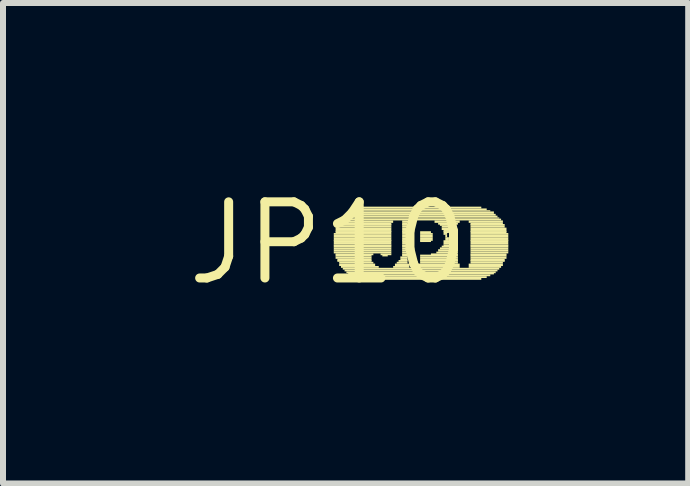
<source format=kicad_pcb>
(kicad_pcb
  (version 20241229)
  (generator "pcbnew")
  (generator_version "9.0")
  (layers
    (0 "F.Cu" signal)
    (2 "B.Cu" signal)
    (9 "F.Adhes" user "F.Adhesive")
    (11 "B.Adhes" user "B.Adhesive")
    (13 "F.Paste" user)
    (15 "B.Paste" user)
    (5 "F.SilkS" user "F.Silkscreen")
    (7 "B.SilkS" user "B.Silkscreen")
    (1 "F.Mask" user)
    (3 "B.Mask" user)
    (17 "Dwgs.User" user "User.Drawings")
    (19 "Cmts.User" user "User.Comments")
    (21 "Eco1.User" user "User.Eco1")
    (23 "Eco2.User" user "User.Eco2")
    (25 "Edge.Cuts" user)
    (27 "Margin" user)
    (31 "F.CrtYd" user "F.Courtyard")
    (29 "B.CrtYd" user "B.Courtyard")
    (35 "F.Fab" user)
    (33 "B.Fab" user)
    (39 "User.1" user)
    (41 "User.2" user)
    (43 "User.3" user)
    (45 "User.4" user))
  (footprint "JP10"
    (layer "F.Cu")
    (at 2.426 1.006)
    (property "Reference" "JP10" (at 0 0 0) (layer "F.SilkS") (effects (font (size 1.27 1.27) (thickness 0.15))))
    (fp_poly (pts (xy 0.09 -0.14) (xy 1.05 -0.14) (xy 1.05 -0.17) (xy 0.09 -0.17)) (stroke (width 0) (type solid)) (fill yes) (layer "F.SilkS"))
    (fp_poly (pts (xy 0.09 -0.1) (xy 1.05 -0.1) (xy 1.05 -0.14) (xy 0.09 -0.14)) (stroke (width 0) (type solid)) (fill yes) (layer "F.SilkS"))
    (fp_poly (pts (xy 0.09 -0.07) (xy 1.05 -0.07) (xy 1.05 -0.1) (xy 0.09 -0.1)) (stroke (width 0) (type solid)) (fill yes) (layer "F.SilkS"))
    (fp_poly (pts (xy 0.09 -0.04) (xy 1.05 -0.04) (xy 1.05 -0.07) (xy 0.09 -0.07)) (stroke (width 0) (type solid)) (fill yes) (layer "F.SilkS"))
    (fp_poly (pts (xy 0.09 -0.02) (xy 1.05 -0.02) (xy 1.05 -0.05) (xy 0.09 -0.05)) (stroke (width 0) (type solid)) (fill yes) (layer "F.SilkS"))
    (fp_poly (pts (xy 0.09 0.02) (xy 1.05 0.02) (xy 1.05 -0.02) (xy 0.09 -0.02)) (stroke (width 0) (type solid)) (fill yes) (layer "F.SilkS"))
    (fp_poly (pts (xy 0.09 0.05) (xy 1.05 0.05) (xy 1.05 0.02) (xy 0.09 0.02)) (stroke (width 0) (type solid)) (fill yes) (layer "F.SilkS"))
    (fp_poly (pts (xy 0.09 0.07) (xy 1.05 0.07) (xy 1.05 0.04) (xy 0.09 0.04)) (stroke (width 0) (type solid)) (fill yes) (layer "F.SilkS"))
    (fp_poly (pts (xy 0.09 0.1) (xy 1.05 0.1) (xy 1.05 0.07) (xy 0.09 0.07)) (stroke (width 0) (type solid)) (fill yes) (layer "F.SilkS"))
    (fp_poly (pts (xy 0.09 0.14) (xy 1.05 0.14) (xy 1.05 0.1) (xy 0.09 0.1)) (stroke (width 0) (type solid)) (fill yes) (layer "F.SilkS"))
    (fp_poly (pts (xy 0.09 0.17) (xy 1.05 0.17) (xy 1.05 0.14) (xy 0.09 0.14)) (stroke (width 0) (type solid)) (fill yes) (layer "F.SilkS"))
    (fp_poly (pts (xy 0.12 -0.22) (xy 1.05 -0.22) (xy 1.05 -0.26) (xy 0.12 -0.26)) (stroke (width 0) (type solid)) (fill yes) (layer "F.SilkS"))
    (fp_poly (pts (xy 0.12 -0.19) (xy 1.05 -0.19) (xy 1.05 -0.22) (xy 0.12 -0.22)) (stroke (width 0) (type solid)) (fill yes) (layer "F.SilkS"))
    (fp_poly (pts (xy 0.12 -0.17) (xy 1.05 -0.17) (xy 1.05 -0.2) (xy 0.12 -0.2)) (stroke (width 0) (type solid)) (fill yes) (layer "F.SilkS"))
    (fp_poly (pts (xy 0.12 0.2) (xy 0.75 0.2) (xy 0.75 0.17) (xy 0.12 0.17)) (stroke (width 0) (type solid)) (fill yes) (layer "F.SilkS"))
    (fp_poly (pts (xy 0.12 0.22) (xy 0.72 0.22) (xy 0.72 0.19) (xy 0.12 0.19)) (stroke (width 0) (type solid)) (fill yes) (layer "F.SilkS"))
    (fp_poly (pts (xy 0.12 0.26) (xy 0.72 0.26) (xy 0.72 0.22) (xy 0.12 0.22)) (stroke (width 0) (type solid)) (fill yes) (layer "F.SilkS"))
    (fp_poly (pts (xy 0.15 -0.29) (xy 1.05 -0.29) (xy 1.05 -0.32) (xy 0.15 -0.32)) (stroke (width 0) (type solid)) (fill yes) (layer "F.SilkS"))
    (fp_poly (pts (xy 0.15 -0.26) (xy 1.05 -0.26) (xy 1.05 -0.29) (xy 0.15 -0.29)) (stroke (width 0) (type solid)) (fill yes) (layer "F.SilkS"))
    (fp_poly (pts (xy 0.15 0.29) (xy 0.72 0.29) (xy 0.72 0.26) (xy 0.15 0.26)) (stroke (width 0) (type solid)) (fill yes) (layer "F.SilkS"))
    (fp_poly (pts (xy 0.15 0.31) (xy 0.72 0.31) (xy 0.72 0.28) (xy 0.15 0.28)) (stroke (width 0) (type solid)) (fill yes) (layer "F.SilkS"))
    (fp_poly (pts (xy 0.18 -0.34) (xy 1.08 -0.34) (xy 1.08 -0.38) (xy 0.18 -0.38)) (stroke (width 0) (type solid)) (fill yes) (layer "F.SilkS"))
    (fp_poly (pts (xy 0.18 -0.31) (xy 1.05 -0.31) (xy 1.05 -0.34) (xy 0.18 -0.34)) (stroke (width 0) (type solid)) (fill yes) (layer "F.SilkS"))
    (fp_poly (pts (xy 0.18 0.34) (xy 0.75 0.34) (xy 0.75 0.31) (xy 0.18 0.31)) (stroke (width 0) (type solid)) (fill yes) (layer "F.SilkS"))
    (fp_poly (pts (xy 0.18 0.38) (xy 0.78 0.38) (xy 0.78 0.34) (xy 0.18 0.34)) (stroke (width 0) (type solid)) (fill yes) (layer "F.SilkS"))
    (fp_poly (pts (xy 0.21 -0.38) (xy 2.88 -0.38) (xy 2.88 -0.41) (xy 0.21 -0.41)) (stroke (width 0) (type solid)) (fill yes) (layer "F.SilkS"))
    (fp_poly (pts (xy 0.21 0.41) (xy 0.84 0.41) (xy 0.84 0.38) (xy 0.21 0.38)) (stroke (width 0) (type solid)) (fill yes) (layer "F.SilkS"))
    (fp_poly (pts (xy 0.24 -0.41) (xy 2.85 -0.41) (xy 2.85 -0.43) (xy 0.24 -0.43)) (stroke (width 0) (type solid)) (fill yes) (layer "F.SilkS"))
    (fp_poly (pts (xy 0.24 0.44) (xy 2.85 0.44) (xy 2.85 0.41) (xy 0.24 0.41)) (stroke (width 0) (type solid)) (fill yes) (layer "F.SilkS"))
    (fp_poly (pts (xy 0.27 -0.43) (xy 2.82 -0.43) (xy 2.82 -0.46) (xy 0.27 -0.46)) (stroke (width 0) (type solid)) (fill yes) (layer "F.SilkS"))
    (fp_poly (pts (xy 0.27 0.47) (xy 2.82 0.47) (xy 2.82 0.44) (xy 0.27 0.44)) (stroke (width 0) (type solid)) (fill yes) (layer "F.SilkS"))
    (fp_poly (pts (xy 0.3 -0.46) (xy 2.79 -0.46) (xy 2.79 -0.49) (xy 0.3 -0.49)) (stroke (width 0) (type solid)) (fill yes) (layer "F.SilkS"))
    (fp_poly (pts (xy 0.3 0.5) (xy 2.79 0.5) (xy 2.79 0.47) (xy 0.3 0.47)) (stroke (width 0) (type solid)) (fill yes) (layer "F.SilkS"))
    (fp_poly (pts (xy 0.33 -0.49) (xy 2.76 -0.49) (xy 2.76 -0.53) (xy 0.33 -0.53)) (stroke (width 0) (type solid)) (fill yes) (layer "F.SilkS"))
    (fp_poly (pts (xy 0.33 0.52) (xy 2.76 0.52) (xy 2.76 0.49) (xy 0.33 0.49)) (stroke (width 0) (type solid)) (fill yes) (layer "F.SilkS"))
    (fp_poly (pts (xy 0.39 -0.53) (xy 2.7 -0.53) (xy 2.7 -0.55) (xy 0.39 -0.55)) (stroke (width 0) (type solid)) (fill yes) (layer "F.SilkS"))
    (fp_poly (pts (xy 0.39 0.55) (xy 2.7 0.55) (xy 2.7 0.52) (xy 0.39 0.52)) (stroke (width 0) (type solid)) (fill yes) (layer "F.SilkS"))
    (fp_poly (pts (xy 0.45 -0.55) (xy 2.64 -0.55) (xy 2.64 -0.58) (xy 0.45 -0.58)) (stroke (width 0) (type solid)) (fill yes) (layer "F.SilkS"))
    (fp_poly (pts (xy 0.45 0.58) (xy 2.64 0.58) (xy 2.64 0.55) (xy 0.45 0.55)) (stroke (width 0) (type solid)) (fill yes) (layer "F.SilkS"))
    (fp_poly (pts (xy 0.54 -0.58) (xy 2.55 -0.58) (xy 2.55 -0.61) (xy 0.54 -0.61)) (stroke (width 0) (type solid)) (fill yes) (layer "F.SilkS"))
    (fp_poly (pts (xy 0.54 0.61) (xy 2.55 0.61) (xy 2.55 0.58) (xy 0.54 0.58)) (stroke (width 0) (type solid)) (fill yes) (layer "F.SilkS"))
    (fp_poly (pts (xy 0.87 0.2) (xy 1.05 0.2) (xy 1.05 0.17) (xy 0.87 0.17)) (stroke (width 0) (type solid)) (fill yes) (layer "F.SilkS"))
    (fp_poly (pts (xy 0.9 0.22) (xy 0.99 0.22) (xy 0.99 0.19) (xy 0.9 0.19)) (stroke (width 0) (type solid)) (fill yes) (layer "F.SilkS"))
    (fp_poly (pts (xy 1.08 0.41) (xy 1.35 0.41) (xy 1.35 0.38) (xy 1.08 0.38)) (stroke (width 0) (type solid)) (fill yes) (layer "F.SilkS"))
    (fp_poly (pts (xy 1.11 0.38) (xy 1.35 0.38) (xy 1.35 0.34) (xy 1.11 0.34)) (stroke (width 0) (type solid)) (fill yes) (layer "F.SilkS"))
    (fp_poly (pts (xy 1.14 0.34) (xy 1.32 0.34) (xy 1.32 0.31) (xy 1.14 0.31)) (stroke (width 0) (type solid)) (fill yes) (layer "F.SilkS"))
    (fp_poly (pts (xy 1.17 0.31) (xy 1.32 0.31) (xy 1.32 0.28) (xy 1.17 0.28)) (stroke (width 0) (type solid)) (fill yes) (layer "F.SilkS"))
    (fp_poly (pts (xy 1.2 0.26) (xy 1.32 0.26) (xy 1.32 0.22) (xy 1.2 0.22)) (stroke (width 0) (type solid)) (fill yes) (layer "F.SilkS"))
    (fp_poly (pts (xy 1.2 0.29) (xy 1.32 0.29) (xy 1.32 0.26) (xy 1.2 0.26)) (stroke (width 0) (type solid)) (fill yes) (layer "F.SilkS"))
    (fp_poly (pts (xy 1.23 -0.34) (xy 1.35 -0.34) (xy 1.35 -0.38) (xy 1.23 -0.38)) (stroke (width 0) (type solid)) (fill yes) (layer "F.SilkS"))
    (fp_poly (pts (xy 1.23 -0.31) (xy 1.32 -0.31) (xy 1.32 -0.34) (xy 1.23 -0.34)) (stroke (width 0) (type solid)) (fill yes) (layer "F.SilkS"))
    (fp_poly (pts (xy 1.23 -0.29) (xy 1.32 -0.29) (xy 1.32 -0.32) (xy 1.23 -0.32)) (stroke (width 0) (type solid)) (fill yes) (layer "F.SilkS"))
    (fp_poly (pts (xy 1.23 -0.26) (xy 1.32 -0.26) (xy 1.32 -0.29) (xy 1.23 -0.29)) (stroke (width 0) (type solid)) (fill yes) (layer "F.SilkS"))
    (fp_poly (pts (xy 1.23 -0.22) (xy 1.32 -0.22) (xy 1.32 -0.26) (xy 1.23 -0.26)) (stroke (width 0) (type solid)) (fill yes) (layer "F.SilkS"))
    (fp_poly (pts (xy 1.23 -0.19) (xy 1.32 -0.19) (xy 1.32 -0.22) (xy 1.23 -0.22)) (stroke (width 0) (type solid)) (fill yes) (layer "F.SilkS"))
    (fp_poly (pts (xy 1.23 -0.17) (xy 1.32 -0.17) (xy 1.32 -0.2) (xy 1.23 -0.2)) (stroke (width 0) (type solid)) (fill yes) (layer "F.SilkS"))
    (fp_poly (pts (xy 1.23 -0.14) (xy 1.32 -0.14) (xy 1.32 -0.17) (xy 1.23 -0.17)) (stroke (width 0) (type solid)) (fill yes) (layer "F.SilkS"))
    (fp_poly (pts (xy 1.23 -0.1) (xy 1.32 -0.1) (xy 1.32 -0.14) (xy 1.23 -0.14)) (stroke (width 0) (type solid)) (fill yes) (layer "F.SilkS"))
    (fp_poly (pts (xy 1.23 -0.07) (xy 1.32 -0.07) (xy 1.32 -0.1) (xy 1.23 -0.1)) (stroke (width 0) (type solid)) (fill yes) (layer "F.SilkS"))
    (fp_poly (pts (xy 1.23 -0.04) (xy 1.32 -0.04) (xy 1.32 -0.07) (xy 1.23 -0.07)) (stroke (width 0) (type solid)) (fill yes) (layer "F.SilkS"))
    (fp_poly (pts (xy 1.23 -0.02) (xy 1.32 -0.02) (xy 1.32 -0.05) (xy 1.23 -0.05)) (stroke (width 0) (type solid)) (fill yes) (layer "F.SilkS"))
    (fp_poly (pts (xy 1.23 0.02) (xy 1.32 0.02) (xy 1.32 -0.02) (xy 1.23 -0.02)) (stroke (width 0) (type solid)) (fill yes) (layer "F.SilkS"))
    (fp_poly (pts (xy 1.23 0.05) (xy 1.32 0.05) (xy 1.32 0.02) (xy 1.23 0.02)) (stroke (width 0) (type solid)) (fill yes) (layer "F.SilkS"))
    (fp_poly (pts (xy 1.23 0.07) (xy 1.32 0.07) (xy 1.32 0.04) (xy 1.23 0.04)) (stroke (width 0) (type solid)) (fill yes) (layer "F.SilkS"))
    (fp_poly (pts (xy 1.23 0.1) (xy 1.32 0.1) (xy 1.32 0.07) (xy 1.23 0.07)) (stroke (width 0) (type solid)) (fill yes) (layer "F.SilkS"))
    (fp_poly (pts (xy 1.23 0.14) (xy 1.32 0.14) (xy 1.32 0.1) (xy 1.23 0.1)) (stroke (width 0) (type solid)) (fill yes) (layer "F.SilkS"))
    (fp_poly (pts (xy 1.23 0.17) (xy 1.32 0.17) (xy 1.32 0.14) (xy 1.23 0.14)) (stroke (width 0) (type solid)) (fill yes) (layer "F.SilkS"))
    (fp_poly (pts (xy 1.23 0.2) (xy 1.32 0.2) (xy 1.32 0.17) (xy 1.23 0.17)) (stroke (width 0) (type solid)) (fill yes) (layer "F.SilkS"))
    (fp_poly (pts (xy 1.23 0.22) (xy 1.32 0.22) (xy 1.32 0.19) (xy 1.23 0.19)) (stroke (width 0) (type solid)) (fill yes) (layer "F.SilkS"))
    (fp_poly (pts (xy 1.5 0.38) (xy 2.19 0.38) (xy 2.19 0.34) (xy 1.5 0.34)) (stroke (width 0) (type solid)) (fill yes) (layer "F.SilkS"))
    (fp_poly (pts (xy 1.5 0.41) (xy 2.19 0.41) (xy 2.19 0.38) (xy 1.5 0.38)) (stroke (width 0) (type solid)) (fill yes) (layer "F.SilkS"))
    (fp_poly (pts (xy 1.53 -0.17) (xy 1.71 -0.17) (xy 1.71 -0.2) (xy 1.53 -0.2)) (stroke (width 0) (type solid)) (fill yes) (layer "F.SilkS"))
    (fp_poly (pts (xy 1.53 -0.14) (xy 1.74 -0.14) (xy 1.74 -0.17) (xy 1.53 -0.17)) (stroke (width 0) (type solid)) (fill yes) (layer "F.SilkS"))
    (fp_poly (pts (xy 1.53 -0.1) (xy 1.74 -0.1) (xy 1.74 -0.14) (xy 1.53 -0.14)) (stroke (width 0) (type solid)) (fill yes) (layer "F.SilkS"))
    (fp_poly (pts (xy 1.53 -0.07) (xy 1.74 -0.07) (xy 1.74 -0.1) (xy 1.53 -0.1)) (stroke (width 0) (type solid)) (fill yes) (layer "F.SilkS"))
    (fp_poly (pts (xy 1.53 -0.04) (xy 1.74 -0.04) (xy 1.74 -0.07) (xy 1.53 -0.07)) (stroke (width 0) (type solid)) (fill yes) (layer "F.SilkS"))
    (fp_poly (pts (xy 1.53 -0.02) (xy 1.71 -0.02) (xy 1.71 -0.05) (xy 1.53 -0.05)) (stroke (width 0) (type solid)) (fill yes) (layer "F.SilkS"))
    (fp_poly (pts (xy 1.53 0.22) (xy 2.16 0.22) (xy 2.16 0.19) (xy 1.53 0.19)) (stroke (width 0) (type solid)) (fill yes) (layer "F.SilkS"))
    (fp_poly (pts (xy 1.53 0.26) (xy 2.16 0.26) (xy 2.16 0.22) (xy 1.53 0.22)) (stroke (width 0) (type solid)) (fill yes) (layer "F.SilkS"))
    (fp_poly (pts (xy 1.53 0.29) (xy 2.16 0.29) (xy 2.16 0.26) (xy 1.53 0.26)) (stroke (width 0) (type solid)) (fill yes) (layer "F.SilkS"))
    (fp_poly (pts (xy 1.53 0.31) (xy 2.16 0.31) (xy 2.16 0.28) (xy 1.53 0.28)) (stroke (width 0) (type solid)) (fill yes) (layer "F.SilkS"))
    (fp_poly (pts (xy 1.53 0.34) (xy 2.16 0.34) (xy 2.16 0.31) (xy 1.53 0.31)) (stroke (width 0) (type solid)) (fill yes) (layer "F.SilkS"))
    (fp_poly (pts (xy 1.71 0.2) (xy 2.16 0.2) (xy 2.16 0.17) (xy 1.71 0.17)) (stroke (width 0) (type solid)) (fill yes) (layer "F.SilkS"))
    (fp_poly (pts (xy 1.77 -0.34) (xy 2.19 -0.34) (xy 2.19 -0.38) (xy 1.77 -0.38)) (stroke (width 0) (type solid)) (fill yes) (layer "F.SilkS"))
    (fp_poly (pts (xy 1.8 0.17) (xy 2.16 0.17) (xy 2.16 0.14) (xy 1.8 0.14)) (stroke (width 0) (type solid)) (fill yes) (layer "F.SilkS"))
    (fp_poly (pts (xy 1.83 -0.31) (xy 2.16 -0.31) (xy 2.16 -0.34) (xy 1.83 -0.34)) (stroke (width 0) (type solid)) (fill yes) (layer "F.SilkS"))
    (fp_poly (pts (xy 1.83 0.14) (xy 2.16 0.14) (xy 2.16 0.1) (xy 1.83 0.1)) (stroke (width 0) (type solid)) (fill yes) (layer "F.SilkS"))
    (fp_poly (pts (xy 1.86 -0.29) (xy 2.13 -0.29) (xy 2.13 -0.32) (xy 1.86 -0.32)) (stroke (width 0) (type solid)) (fill yes) (layer "F.SilkS"))
    (fp_poly (pts (xy 1.86 0.1) (xy 2.16 0.1) (xy 2.16 0.07) (xy 1.86 0.07)) (stroke (width 0) (type solid)) (fill yes) (layer "F.SilkS"))
    (fp_poly (pts (xy 1.89 -0.26) (xy 2.1 -0.26) (xy 2.1 -0.29) (xy 1.89 -0.29)) (stroke (width 0) (type solid)) (fill yes) (layer "F.SilkS"))
    (fp_poly (pts (xy 1.89 -0.22) (xy 2.07 -0.22) (xy 2.07 -0.26) (xy 1.89 -0.26)) (stroke (width 0) (type solid)) (fill yes) (layer "F.SilkS"))
    (fp_poly (pts (xy 1.89 0.07) (xy 2.16 0.07) (xy 2.16 0.04) (xy 1.89 0.04)) (stroke (width 0) (type solid)) (fill yes) (layer "F.SilkS"))
    (fp_poly (pts (xy 1.92 -0.19) (xy 2.04 -0.19) (xy 2.04 -0.22) (xy 1.92 -0.22)) (stroke (width 0) (type solid)) (fill yes) (layer "F.SilkS"))
    (fp_poly (pts (xy 1.92 -0.17) (xy 2.01 -0.17) (xy 2.01 -0.2) (xy 1.92 -0.2)) (stroke (width 0) (type solid)) (fill yes) (layer "F.SilkS"))
    (fp_poly (pts (xy 1.92 -0.14) (xy 1.98 -0.14) (xy 1.98 -0.17) (xy 1.92 -0.17)) (stroke (width 0) (type solid)) (fill yes) (layer "F.SilkS"))
    (fp_poly (pts (xy 1.92 -0.02) (xy 2.16 -0.02) (xy 2.16 -0.05) (xy 1.92 -0.05)) (stroke (width 0) (type solid)) (fill yes) (layer "F.SilkS"))
    (fp_poly (pts (xy 1.92 0.02) (xy 2.16 0.02) (xy 2.16 -0.02) (xy 1.92 -0.02)) (stroke (width 0) (type solid)) (fill yes) (layer "F.SilkS"))
    (fp_poly (pts (xy 1.92 0.05) (xy 2.16 0.05) (xy 2.16 0.02) (xy 1.92 0.02)) (stroke (width 0) (type solid)) (fill yes) (layer "F.SilkS"))
    (fp_poly (pts (xy 1.95 -0.1) (xy 1.98 -0.1) (xy 1.98 -0.14) (xy 1.95 -0.14)) (stroke (width 0) (type solid)) (fill yes) (layer "F.SilkS"))
    (fp_poly (pts (xy 1.95 -0.07) (xy 2.01 -0.07) (xy 2.01 -0.1) (xy 1.95 -0.1)) (stroke (width 0) (type solid)) (fill yes) (layer "F.SilkS"))
    (fp_poly (pts (xy 1.95 -0.04) (xy 2.01 -0.04) (xy 2.01 -0.07) (xy 1.95 -0.07)) (stroke (width 0) (type solid)) (fill yes) (layer "F.SilkS"))
    (fp_poly (pts (xy 2.34 -0.34) (xy 2.91 -0.34) (xy 2.91 -0.38) (xy 2.34 -0.38)) (stroke (width 0) (type solid)) (fill yes) (layer "F.SilkS"))
    (fp_poly (pts (xy 2.34 0.38) (xy 2.91 0.38) (xy 2.91 0.34) (xy 2.34 0.34)) (stroke (width 0) (type solid)) (fill yes) (layer "F.SilkS"))
    (fp_poly (pts (xy 2.34 0.41) (xy 2.88 0.41) (xy 2.88 0.38) (xy 2.34 0.38)) (stroke (width 0) (type solid)) (fill yes) (layer "F.SilkS"))
    (fp_poly (pts (xy 2.37 -0.31) (xy 2.91 -0.31) (xy 2.91 -0.34) (xy 2.37 -0.34)) (stroke (width 0) (type solid)) (fill yes) (layer "F.SilkS"))
    (fp_poly (pts (xy 2.37 -0.29) (xy 2.94 -0.29) (xy 2.94 -0.32) (xy 2.37 -0.32)) (stroke (width 0) (type solid)) (fill yes) (layer "F.SilkS"))
    (fp_poly (pts (xy 2.37 -0.26) (xy 2.94 -0.26) (xy 2.94 -0.29) (xy 2.37 -0.29)) (stroke (width 0) (type solid)) (fill yes) (layer "F.SilkS"))
    (fp_poly (pts (xy 2.37 -0.22) (xy 2.97 -0.22) (xy 2.97 -0.26) (xy 2.37 -0.26)) (stroke (width 0) (type solid)) (fill yes) (layer "F.SilkS"))
    (fp_poly (pts (xy 2.37 -0.19) (xy 2.97 -0.19) (xy 2.97 -0.22) (xy 2.37 -0.22)) (stroke (width 0) (type solid)) (fill yes) (layer "F.SilkS"))
    (fp_poly (pts (xy 2.37 -0.17) (xy 2.97 -0.17) (xy 2.97 -0.2) (xy 2.37 -0.2)) (stroke (width 0) (type solid)) (fill yes) (layer "F.SilkS"))
    (fp_poly (pts (xy 2.37 -0.14) (xy 3 -0.14) (xy 3 -0.17) (xy 2.37 -0.17)) (stroke (width 0) (type solid)) (fill yes) (layer "F.SilkS"))
    (fp_poly (pts (xy 2.37 -0.1) (xy 3 -0.1) (xy 3 -0.14) (xy 2.37 -0.14)) (stroke (width 0) (type solid)) (fill yes) (layer "F.SilkS"))
    (fp_poly (pts (xy 2.37 -0.07) (xy 3 -0.07) (xy 3 -0.1) (xy 2.37 -0.1)) (stroke (width 0) (type solid)) (fill yes) (layer "F.SilkS"))
    (fp_poly (pts (xy 2.37 -0.04) (xy 3 -0.04) (xy 3 -0.07) (xy 2.37 -0.07)) (stroke (width 0) (type solid)) (fill yes) (layer "F.SilkS"))
    (fp_poly (pts (xy 2.37 -0.02) (xy 3 -0.02) (xy 3 -0.05) (xy 2.37 -0.05)) (stroke (width 0) (type solid)) (fill yes) (layer "F.SilkS"))
    (fp_poly (pts (xy 2.37 0.02) (xy 3 0.02) (xy 3 -0.02) (xy 2.37 -0.02)) (stroke (width 0) (type solid)) (fill yes) (layer "F.SilkS"))
    (fp_poly (pts (xy 2.37 0.05) (xy 3 0.05) (xy 3 0.02) (xy 2.37 0.02)) (stroke (width 0) (type solid)) (fill yes) (layer "F.SilkS"))
    (fp_poly (pts (xy 2.37 0.07) (xy 3 0.07) (xy 3 0.04) (xy 2.37 0.04)) (stroke (width 0) (type solid)) (fill yes) (layer "F.SilkS"))
    (fp_poly (pts (xy 2.37 0.1) (xy 3 0.1) (xy 3 0.07) (xy 2.37 0.07)) (stroke (width 0) (type solid)) (fill yes) (layer "F.SilkS"))
    (fp_poly (pts (xy 2.37 0.14) (xy 3 0.14) (xy 3 0.1) (xy 2.37 0.1)) (stroke (width 0) (type solid)) (fill yes) (layer "F.SilkS"))
    (fp_poly (pts (xy 2.37 0.17) (xy 3 0.17) (xy 3 0.14) (xy 2.37 0.14)) (stroke (width 0) (type solid)) (fill yes) (layer "F.SilkS"))
    (fp_poly (pts (xy 2.37 0.2) (xy 2.97 0.2) (xy 2.97 0.17) (xy 2.37 0.17)) (stroke (width 0) (type solid)) (fill yes) (layer "F.SilkS"))
    (fp_poly (pts (xy 2.37 0.22) (xy 2.97 0.22) (xy 2.97 0.19) (xy 2.37 0.19)) (stroke (width 0) (type solid)) (fill yes) (layer "F.SilkS"))
    (fp_poly (pts (xy 2.37 0.26) (xy 2.97 0.26) (xy 2.97 0.22) (xy 2.37 0.22)) (stroke (width 0) (type solid)) (fill yes) (layer "F.SilkS"))
    (fp_poly (pts (xy 2.37 0.29) (xy 2.94 0.29) (xy 2.94 0.26) (xy 2.37 0.26)) (stroke (width 0) (type solid)) (fill yes) (layer "F.SilkS"))
    (fp_poly (pts (xy 2.37 0.31) (xy 2.94 0.31) (xy 2.94 0.28) (xy 2.37 0.28)) (stroke (width 0) (type solid)) (fill yes) (layer "F.SilkS"))
    (fp_poly (pts (xy 2.37 0.34) (xy 2.91 0.34) (xy 2.91 0.31) (xy 2.37 0.31)) (stroke (width 0) (type solid)) (fill yes) (layer "F.SilkS")))
  (gr_rect
    (start -3 -3)
    (end 8.426 5.012)
    (stroke (width 0.1) (type default))
    (fill no)
    (layer "Edge.Cuts")))
</source>
